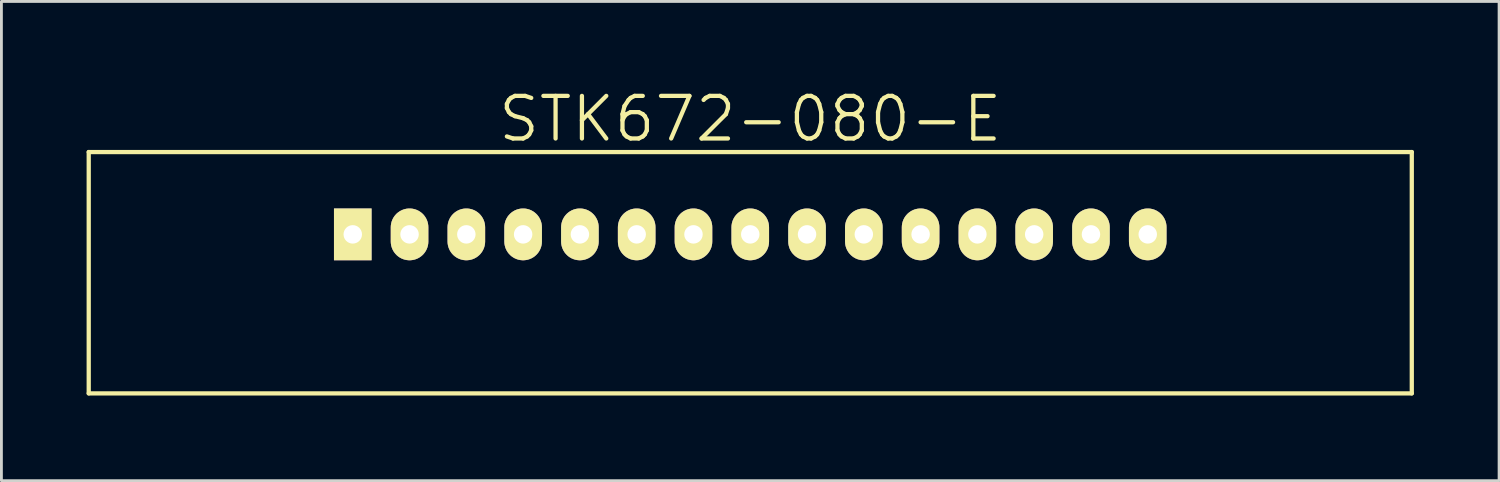
<source format=kicad_pcb>
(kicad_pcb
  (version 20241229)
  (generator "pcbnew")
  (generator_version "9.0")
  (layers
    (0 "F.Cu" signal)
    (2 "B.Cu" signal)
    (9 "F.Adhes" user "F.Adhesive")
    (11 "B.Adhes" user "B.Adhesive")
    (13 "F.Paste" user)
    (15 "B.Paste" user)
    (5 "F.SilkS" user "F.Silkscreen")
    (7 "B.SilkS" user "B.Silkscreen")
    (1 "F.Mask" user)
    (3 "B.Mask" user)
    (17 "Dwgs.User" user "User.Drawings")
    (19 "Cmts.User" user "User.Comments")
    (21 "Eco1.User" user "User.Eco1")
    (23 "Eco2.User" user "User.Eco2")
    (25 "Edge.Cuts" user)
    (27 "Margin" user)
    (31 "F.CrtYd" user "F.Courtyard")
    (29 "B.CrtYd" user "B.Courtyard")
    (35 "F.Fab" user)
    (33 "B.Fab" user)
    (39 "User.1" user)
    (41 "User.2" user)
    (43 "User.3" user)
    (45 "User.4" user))
  (footprint "STK672-080-E"
    (layer "F.Cu")
    (at 23.375 5.205)
    (property "Reference" "STK672-080-E" (at 0 -4.064 0) (layer "F.SilkS") (effects (font (size 1.5 1.5) (thickness 0.15))))
    (attr through_hole)
    (fp_line (start -23.3 -2.9) (end 23.3 -2.9) (stroke (width 0.15) (type solid)) (layer "F.SilkS"))
    (fp_line (start -23.3 5.6) (end -23.3 -2.9) (stroke (width 0.15) (type solid)) (layer "F.SilkS"))
    (fp_line (start 23.3 -2.9) (end 23.3 5.6) (stroke (width 0.15) (type solid)) (layer "F.SilkS"))
    (fp_line (start 23.3 5.6) (end -23.3 5.6) (stroke (width 0.15) (type solid)) (layer "F.SilkS"))
    (pad "1" thru_hole rect (at -14 0) (size 1.324 1.824) (drill 0.65) (layers "*.Cu" "*.Mask" "F.SilkS"))
    (pad "2" thru_hole oval (at -12 0) (size 1.324 1.824) (drill 0.65) (layers "*.Cu" "*.Mask" "F.SilkS"))
    (pad "3" thru_hole oval (at -10 0) (size 1.324 1.824) (drill 0.65) (layers "*.Cu" "*.Mask" "F.SilkS"))
    (pad "4" thru_hole oval (at -8 0) (size 1.324 1.824) (drill 0.65) (layers "*.Cu" "*.Mask" "F.SilkS"))
    (pad "5" thru_hole oval (at -6 0) (size 1.324 1.824) (drill 0.65) (layers "*.Cu" "*.Mask" "F.SilkS"))
    (pad "6" thru_hole oval (at -4 0) (size 1.324 1.824) (drill 0.65) (layers "*.Cu" "*.Mask" "F.SilkS"))
    (pad "7" thru_hole oval (at -2 0) (size 1.324 1.824) (drill 0.65) (layers "*.Cu" "*.Mask" "F.SilkS"))
    (pad "8" thru_hole oval (at 0 0) (size 1.324 1.824) (drill 0.65) (layers "*.Cu" "*.Mask" "F.SilkS"))
    (pad "9" thru_hole oval (at 2 0) (size 1.324 1.824) (drill 0.65) (layers "*.Cu" "*.Mask" "F.SilkS"))
    (pad "10" thru_hole oval (at 4 0) (size 1.324 1.824) (drill 0.65) (layers "*.Cu" "*.Mask" "F.SilkS"))
    (pad "11" thru_hole oval (at 6 0) (size 1.324 1.824) (drill 0.65) (layers "*.Cu" "*.Mask" "F.SilkS"))
    (pad "12" thru_hole oval (at 8 0) (size 1.324 1.824) (drill 0.65) (layers "*.Cu" "*.Mask" "F.SilkS"))
    (pad "13" thru_hole oval (at 10 0) (size 1.324 1.824) (drill 0.65) (layers "*.Cu" "*.Mask" "F.SilkS"))
    (pad "14" thru_hole oval (at 12 0) (size 1.324 1.824) (drill 0.65) (layers "*.Cu" "*.Mask" "F.SilkS"))
    (pad "15" thru_hole oval (at 14 0) (size 1.324 1.824) (drill 0.65) (layers "*.Cu" "*.Mask" "F.SilkS")))
  (gr_rect
    (start -3 -3)
    (end 49.75 13.88)
    (stroke (width 0.1) (type default))
    (fill no)
    (layer "Edge.Cuts")))
</source>
